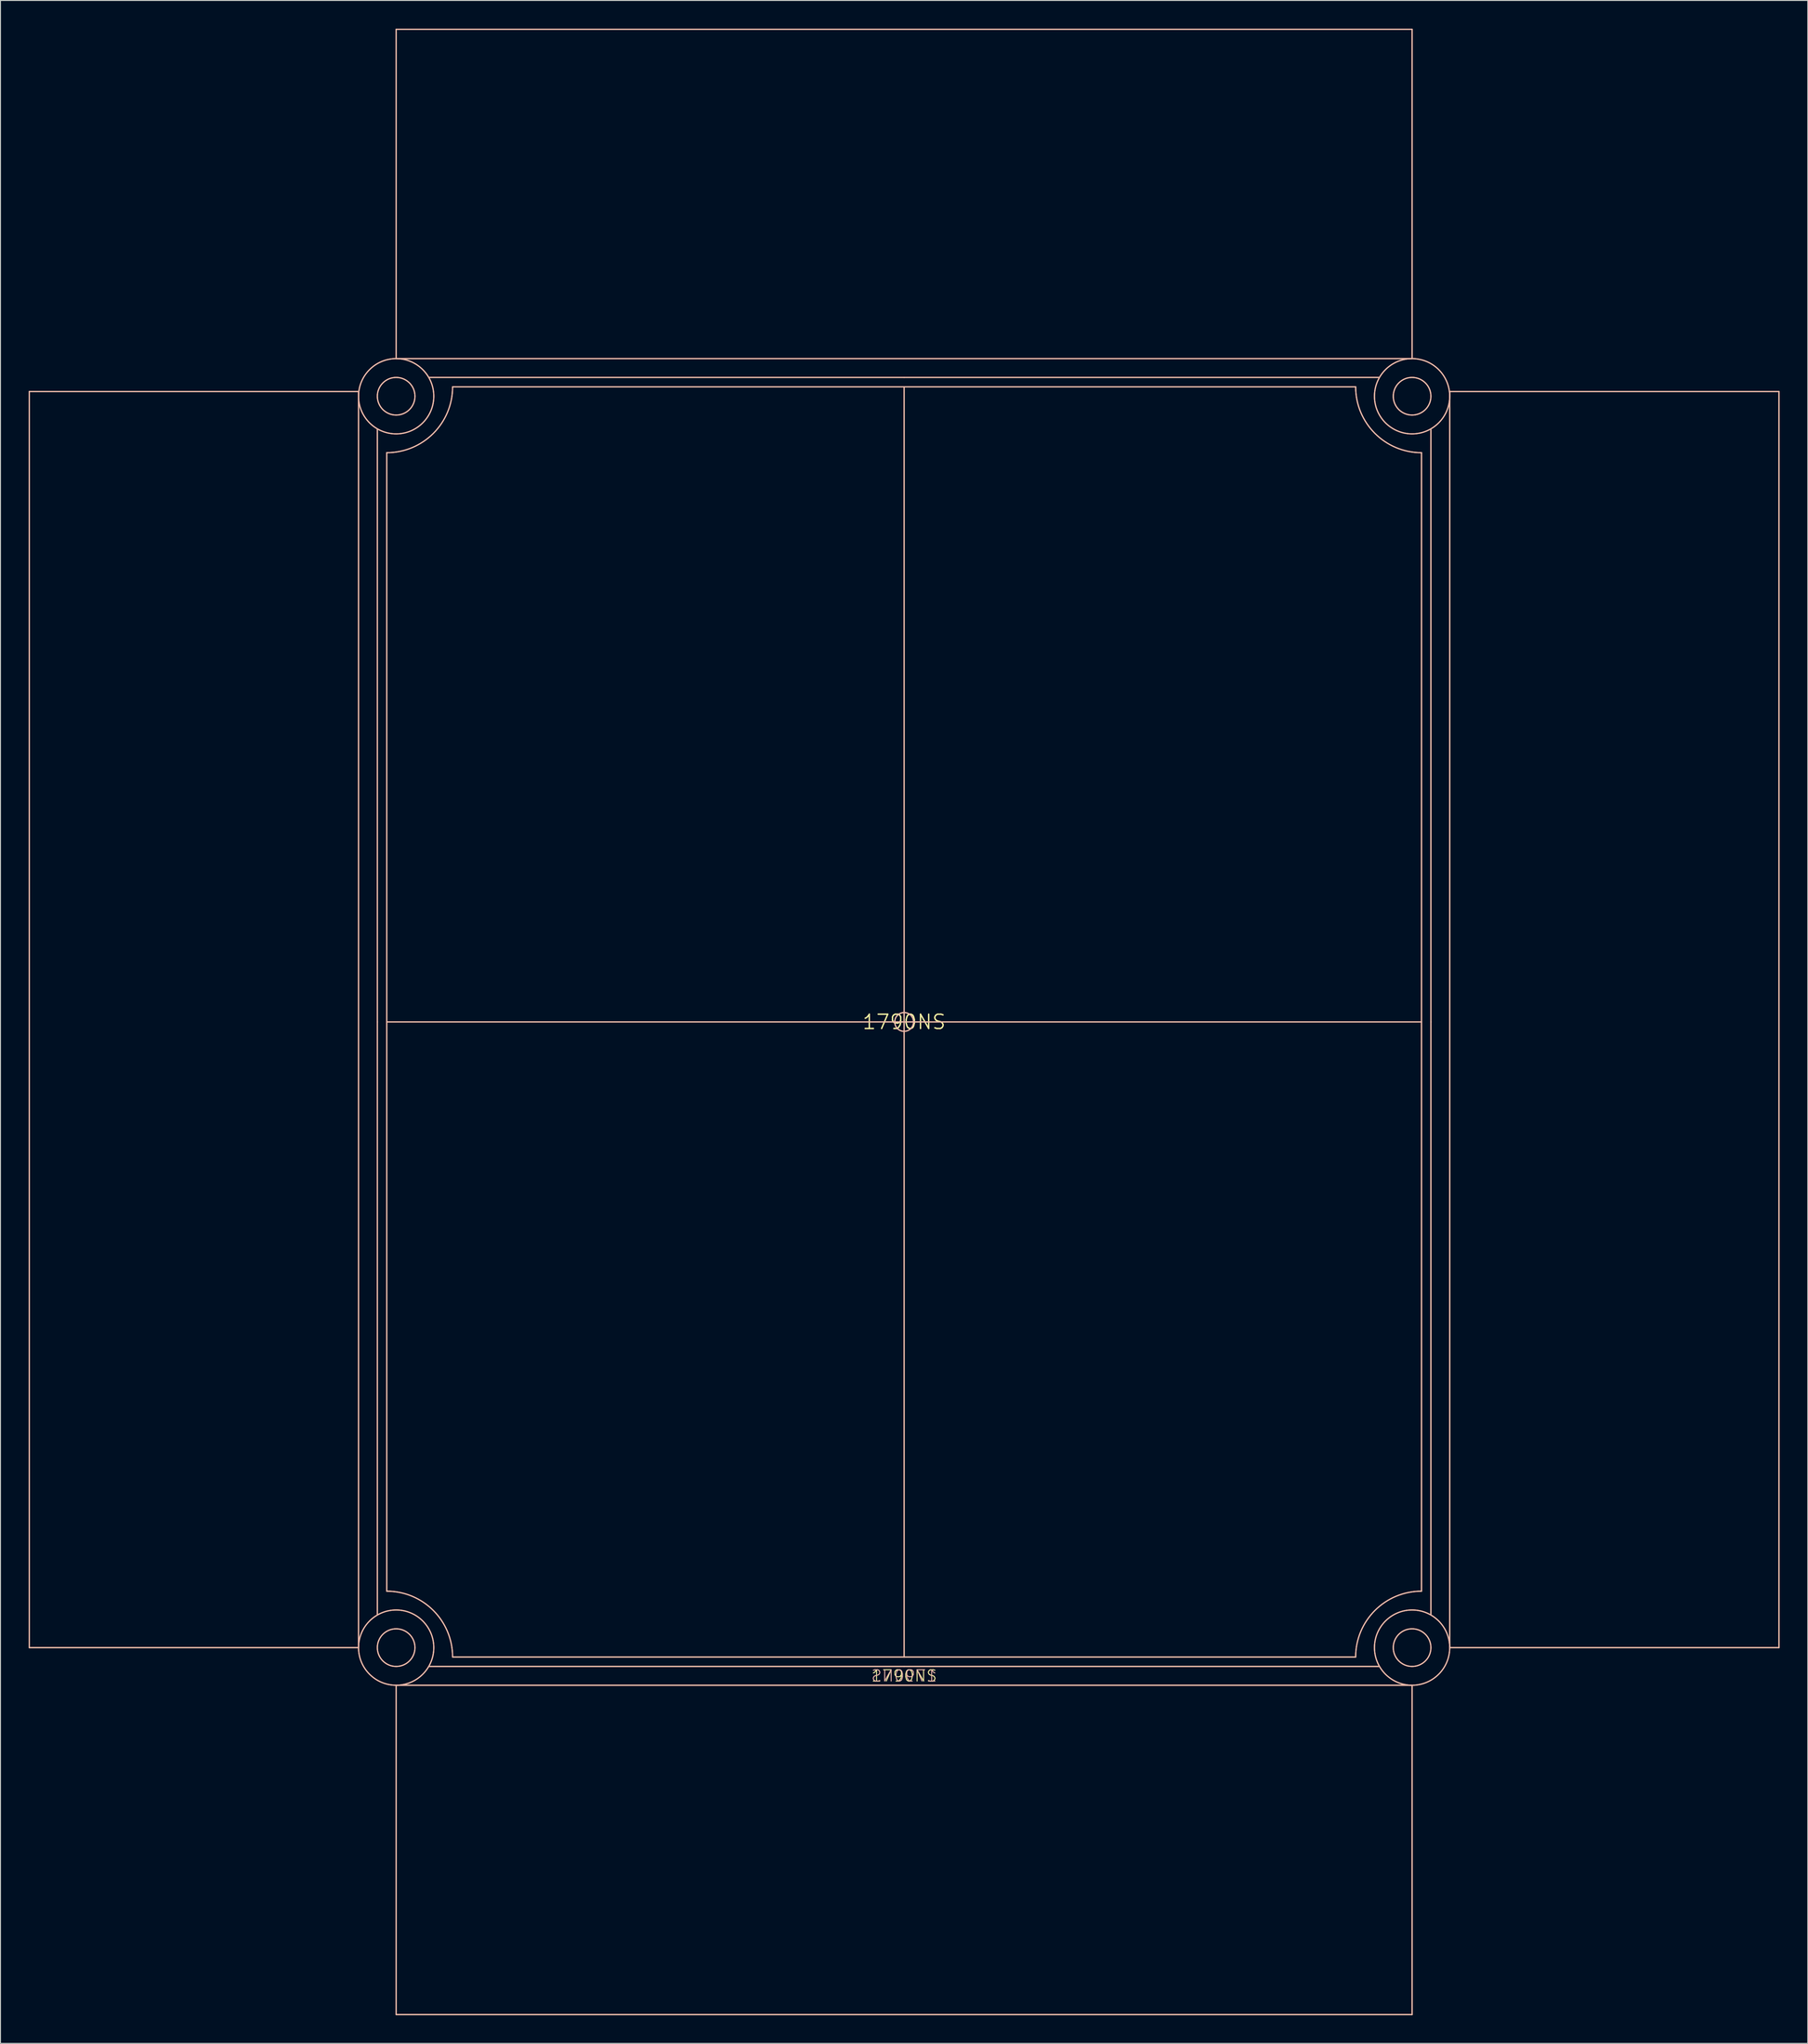
<source format=kicad_pcb>
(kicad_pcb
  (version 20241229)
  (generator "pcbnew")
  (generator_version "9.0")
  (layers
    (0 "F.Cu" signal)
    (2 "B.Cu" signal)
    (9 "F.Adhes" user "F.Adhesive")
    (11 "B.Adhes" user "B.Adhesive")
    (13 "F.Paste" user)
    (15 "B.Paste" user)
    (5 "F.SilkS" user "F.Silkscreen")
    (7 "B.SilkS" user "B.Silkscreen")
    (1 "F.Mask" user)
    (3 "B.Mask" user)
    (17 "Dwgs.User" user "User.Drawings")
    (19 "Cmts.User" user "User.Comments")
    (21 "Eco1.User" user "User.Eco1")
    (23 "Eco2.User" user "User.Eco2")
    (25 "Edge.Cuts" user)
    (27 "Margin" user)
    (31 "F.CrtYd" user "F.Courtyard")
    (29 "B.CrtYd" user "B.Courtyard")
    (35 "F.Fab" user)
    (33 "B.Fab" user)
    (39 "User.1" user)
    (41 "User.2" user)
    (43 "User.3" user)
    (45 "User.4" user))
  (footprint "1790NS"
    (layer "F.Cu")
    (at 93.064 105.564)
    (property "Reference" "1790NS" (at 0 0 0) (layer "F.SilkS") (effects (font (size 1.524 1.524) (thickness 0.15))))
    (attr through_hole)
    (fp_line (start -93 -67) (end -93 66.5) (stroke (width 0.127) (type solid)) (layer "F.SilkS"))
    (fp_line (start -58 -67) (end -93 -67) (stroke (width 0.127) (type solid)) (layer "F.SilkS"))
    (fp_line (start -58 -67) (end -58 -66.5) (stroke (width 0.127) (type solid)) (layer "F.SilkS"))
    (fp_line (start -58 66.5) (end -93 66.5) (stroke (width 0.127) (type solid)) (layer "F.SilkS"))
    (fp_line (start -58 66.5) (end -58 -67) (stroke (width 0.127) (type solid)) (layer "F.SilkS"))
    (fp_line (start -56 0) (end -56 -63) (stroke (width 0.127) (type solid)) (layer "F.SilkS"))
    (fp_line (start -56 63) (end -56 0) (stroke (width 0.127) (type solid)) (layer "F.SilkS"))
    (fp_line (start -55 0) (end -55 -60.5) (stroke (width 0.127) (type solid)) (layer "F.SilkS"))
    (fp_line (start -55 0) (end -55 60.5) (stroke (width 0.127) (type solid)) (layer "F.SilkS"))
    (fp_line (start -54 -70.5) (end -54 -105.5) (stroke (width 0.127) (type solid)) (layer "F.SilkS"))
    (fp_line (start -54 -70.5) (end 54 -70.5) (stroke (width 0.127) (type solid)) (layer "F.SilkS"))
    (fp_line (start -54 70.5) (end -54 105.5) (stroke (width 0.127) (type solid)) (layer "F.SilkS"))
    (fp_line (start -54 70.5) (end 54 70.5) (stroke (width 0.127) (type solid)) (layer "F.SilkS"))
    (fp_line (start -54 105.5) (end 54 105.5) (stroke (width 0.127) (type solid)) (layer "F.SilkS"))
    (fp_line (start -50.5 -68.5) (end 0 -68.5) (stroke (width 0.127) (type solid)) (layer "F.SilkS"))
    (fp_line (start -50.5 68.5) (end 0 68.5) (stroke (width 0.127) (type solid)) (layer "F.SilkS"))
    (fp_line (start 0 -68.5) (end 50.5 -68.5) (stroke (width 0.127) (type solid)) (layer "F.SilkS"))
    (fp_line (start 0 -67.5) (end -48 -67.5) (stroke (width 0.127) (type solid)) (layer "F.SilkS"))
    (fp_line (start 0 -67.5) (end 0 0) (stroke (width 0.127) (type solid)) (layer "F.SilkS"))
    (fp_line (start 0 -67.5) (end 48 -67.5) (stroke (width 0.127) (type solid)) (layer "F.SilkS"))
    (fp_line (start 0 0) (end -55 0) (stroke (width 0.127) (type solid)) (layer "F.SilkS"))
    (fp_line (start 0 0) (end 55 0) (stroke (width 0.127) (type solid)) (layer "F.SilkS"))
    (fp_line (start 0 67.5) (end -48 67.5) (stroke (width 0.127) (type solid)) (layer "F.SilkS"))
    (fp_line (start 0 67.5) (end 0 0) (stroke (width 0.127) (type solid)) (layer "F.SilkS"))
    (fp_line (start 0 67.5) (end 48 67.5) (stroke (width 0.127) (type solid)) (layer "F.SilkS"))
    (fp_line (start 0 68.5) (end 50.5 68.5) (stroke (width 0.127) (type solid)) (layer "F.SilkS"))
    (fp_line (start 54 -105.5) (end -54 -105.5) (stroke (width 0.127) (type solid)) (layer "F.SilkS"))
    (fp_line (start 54 -70.5) (end 54 -105.5) (stroke (width 0.127) (type solid)) (layer "F.SilkS"))
    (fp_line (start 54 70.5) (end 54 105.5) (stroke (width 0.127) (type solid)) (layer "F.SilkS"))
    (fp_line (start 55 0) (end 55 -60.5) (stroke (width 0.127) (type solid)) (layer "F.SilkS"))
    (fp_line (start 55 0) (end 55 60.5) (stroke (width 0.127) (type solid)) (layer "F.SilkS"))
    (fp_line (start 56 0) (end 56 -63) (stroke (width 0.127) (type solid)) (layer "F.SilkS"))
    (fp_line (start 56 63) (end 56 0) (stroke (width 0.127) (type solid)) (layer "F.SilkS"))
    (fp_line (start 58 -67) (end 93 -67) (stroke (width 0.127) (type solid)) (layer "F.SilkS"))
    (fp_line (start 58 -66.82) (end 58 -67) (stroke (width 0.127) (type solid)) (layer "F.SilkS"))
    (fp_line (start 58 66.5) (end 58 -66.82) (stroke (width 0.127) (type solid)) (layer "F.SilkS"))
    (fp_line (start 58 66.5) (end 93 66.5) (stroke (width 0.127) (type solid)) (layer "F.SilkS"))
    (fp_line (start 93 66.5) (end 93 -67) (stroke (width 0.127) (type solid)) (layer "F.SilkS"))
    (fp_arc (start -55 60.5) (mid -50.050253 62.550253) (end -48 67.5) (stroke (width 0.127) (type solid)) (layer "F.SilkS"))
    (fp_arc (start -48 -67.5) (mid -50.050253 -62.550253) (end -55 -60.5) (stroke (width 0.127) (type solid)) (layer "F.SilkS"))
    (fp_arc (start 48 67.5) (mid 50.050253 62.550253) (end 55 60.5) (stroke (width 0.127) (type solid)) (layer "F.SilkS"))
    (fp_arc (start 55 -60.5) (mid 50.050253 -62.550253) (end 48 -67.5) (stroke (width 0.127) (type solid)) (layer "F.SilkS"))
    (fp_circle (center -54 -66.5) (end -52 -66.5) (stroke (width 0.127) (type solid)) (fill no) (layer "F.SilkS"))
    (fp_circle (center -54 -66.5) (end -50 -66.5) (stroke (width 0.127) (type solid)) (fill no) (layer "F.SilkS"))
    (fp_circle (center -54 66.5) (end -52 66.5) (stroke (width 0.127) (type solid)) (fill no) (layer "F.SilkS"))
    (fp_circle (center -54 66.5) (end -50 66.5) (stroke (width 0.127) (type solid)) (fill no) (layer "F.SilkS"))
    (fp_circle (center 0 0) (end 1 0) (stroke (width 0.127) (type solid)) (fill no) (layer "F.SilkS"))
    (fp_circle (center 54 -66.5) (end 56 -66.5) (stroke (width 0.127) (type solid)) (fill no) (layer "F.SilkS"))
    (fp_circle (center 54 -66.5) (end 58 -66.5) (stroke (width 0.127) (type solid)) (fill no) (layer "F.SilkS"))
    (fp_circle (center 54 66.5) (end 56 66.5) (stroke (width 0.127) (type solid)) (fill no) (layer "F.SilkS"))
    (fp_circle (center 54 66.5) (end 58 66.5) (stroke (width 0.127) (type solid)) (fill no) (layer "F.SilkS"))
    (fp_line (start -93 66.5) (end -93 -67) (stroke (width 0.127) (type solid)) (layer "B.SilkS"))
    (fp_line (start -58 -67) (end -93 -67) (stroke (width 0.127) (type solid)) (layer "B.SilkS"))
    (fp_line (start -58 -62.82) (end -58 -67) (stroke (width 0.127) (type solid)) (layer "B.SilkS"))
    (fp_line (start -58 66.5) (end -93 66.5) (stroke (width 0.127) (type solid)) (layer "B.SilkS"))
    (fp_line (start -58 66.5) (end -58 -62.82) (stroke (width 0.127) (type solid)) (layer "B.SilkS"))
    (fp_line (start -56 0) (end -56 -63) (stroke (width 0.127) (type solid)) (layer "B.SilkS"))
    (fp_line (start -56 63) (end -56 0) (stroke (width 0.127) (type solid)) (layer "B.SilkS"))
    (fp_line (start -55 0) (end -55 -60.5) (stroke (width 0.127) (type solid)) (layer "B.SilkS"))
    (fp_line (start -55 0) (end -55 60.5) (stroke (width 0.127) (type solid)) (layer "B.SilkS"))
    (fp_line (start -54 -105.5) (end 54 -105.5) (stroke (width 0.127) (type solid)) (layer "B.SilkS"))
    (fp_line (start -54 -70.5) (end -54 -105.5) (stroke (width 0.127) (type solid)) (layer "B.SilkS"))
    (fp_line (start -54 70.5) (end -54 105.5) (stroke (width 0.127) (type solid)) (layer "B.SilkS"))
    (fp_line (start 0 -68.5) (end -50.5 -68.5) (stroke (width 0.127) (type solid)) (layer "B.SilkS"))
    (fp_line (start 0 -67.5) (end -48 -67.5) (stroke (width 0.127) (type solid)) (layer "B.SilkS"))
    (fp_line (start 0 -67.5) (end 0 0) (stroke (width 0.127) (type solid)) (layer "B.SilkS"))
    (fp_line (start 0 -67.5) (end 48 -67.5) (stroke (width 0.127) (type solid)) (layer "B.SilkS"))
    (fp_line (start 0 0) (end -55 0) (stroke (width 0.127) (type solid)) (layer "B.SilkS"))
    (fp_line (start 0 0) (end 55 0) (stroke (width 0.127) (type solid)) (layer "B.SilkS"))
    (fp_line (start 0 67.5) (end -48 67.5) (stroke (width 0.127) (type solid)) (layer "B.SilkS"))
    (fp_line (start 0 67.5) (end 0 0) (stroke (width 0.127) (type solid)) (layer "B.SilkS"))
    (fp_line (start 0 67.5) (end 48 67.5) (stroke (width 0.127) (type solid)) (layer "B.SilkS"))
    (fp_line (start 0 68.5) (end -50.5 68.5) (stroke (width 0.127) (type solid)) (layer "B.SilkS"))
    (fp_line (start 50.5 -68.5) (end 0 -68.5) (stroke (width 0.127) (type solid)) (layer "B.SilkS"))
    (fp_line (start 50.5 68.5) (end 0 68.5) (stroke (width 0.127) (type solid)) (layer "B.SilkS"))
    (fp_line (start 54 -70.5) (end -54 -70.5) (stroke (width 0.127) (type solid)) (layer "B.SilkS"))
    (fp_line (start 54 -70.5) (end 54 -105.5) (stroke (width 0.127) (type solid)) (layer "B.SilkS"))
    (fp_line (start 54 70.5) (end -54 70.5) (stroke (width 0.127) (type solid)) (layer "B.SilkS"))
    (fp_line (start 54 70.5) (end 54 105.5) (stroke (width 0.127) (type solid)) (layer "B.SilkS"))
    (fp_line (start 54 105.5) (end -54 105.5) (stroke (width 0.127) (type solid)) (layer "B.SilkS"))
    (fp_line (start 55 0) (end 55 -60.5) (stroke (width 0.127) (type solid)) (layer "B.SilkS"))
    (fp_line (start 55 0) (end 55 60.5) (stroke (width 0.127) (type solid)) (layer "B.SilkS"))
    (fp_line (start 56 0) (end 56 -63) (stroke (width 0.127) (type solid)) (layer "B.SilkS"))
    (fp_line (start 56 63) (end 56 0) (stroke (width 0.127) (type solid)) (layer "B.SilkS"))
    (fp_line (start 58 -67) (end 58 -66.5) (stroke (width 0.127) (type solid)) (layer "B.SilkS"))
    (fp_line (start 58 -67) (end 93 -67) (stroke (width 0.127) (type solid)) (layer "B.SilkS"))
    (fp_line (start 58 66.5) (end 58 -67) (stroke (width 0.127) (type solid)) (layer "B.SilkS"))
    (fp_line (start 58 66.5) (end 93 66.5) (stroke (width 0.127) (type solid)) (layer "B.SilkS"))
    (fp_line (start 93 -67) (end 93 66.5) (stroke (width 0.127) (type solid)) (layer "B.SilkS"))
    (fp_arc (start -55 60.5) (mid -50.050253 62.550253) (end -48 67.5) (stroke (width 0.127) (type solid)) (layer "B.SilkS"))
    (fp_arc (start -48 -67.5) (mid -50.050253 -62.550253) (end -55 -60.5) (stroke (width 0.127) (type solid)) (layer "B.SilkS"))
    (fp_arc (start 48 67.5) (mid 50.050253 62.550253) (end 55 60.5) (stroke (width 0.127) (type solid)) (layer "B.SilkS"))
    (fp_arc (start 55 -60.5) (mid 50.050253 -62.550253) (end 48 -67.5) (stroke (width 0.127) (type solid)) (layer "B.SilkS"))
    (fp_circle (center -54 -66.5) (end -52 -66.5) (stroke (width 0.127) (type solid)) (fill no) (layer "B.SilkS"))
    (fp_circle (center -54 -66.5) (end -50 -66.5) (stroke (width 0.127) (type solid)) (fill no) (layer "B.SilkS"))
    (fp_circle (center -54 66.5) (end -52 66.5) (stroke (width 0.127) (type solid)) (fill no) (layer "B.SilkS"))
    (fp_circle (center -54 66.5) (end -50 66.5) (stroke (width 0.127) (type solid)) (fill no) (layer "B.SilkS"))
    (fp_circle (center 0 0) (end 1 0) (stroke (width 0.127) (type solid)) (fill no) (layer "B.SilkS"))
    (fp_circle (center 54 -66.5) (end 56 -66.5) (stroke (width 0.127) (type solid)) (fill no) (layer "B.SilkS"))
    (fp_circle (center 54 -66.5) (end 58 -66.5) (stroke (width 0.127) (type solid)) (fill no) (layer "B.SilkS"))
    (fp_circle (center 54 66.5) (end 56 66.5) (stroke (width 0.127) (type solid)) (fill no) (layer "B.SilkS"))
    (fp_circle (center 54 66.5) (end 58 66.5) (stroke (width 0.127) (type solid)) (fill no) (layer "B.SilkS"))
    (fp_text user "1790NS" (at 0 69.5 0) (layer "F.SilkS") (effects (font (size 1.206 1.206) (thickness 0.102))))
    (fp_text user "1790NS" (at 0 69.5 0) (layer "B.SilkS") (effects (font (size 1.206 1.206) (thickness 0.102)) (justify mirror))))
  (gr_rect
    (start -3 -3)
    (end 189.127 214.127)
    (stroke (width 0.1) (type default))
    (fill no)
    (layer "Edge.Cuts")))
</source>
